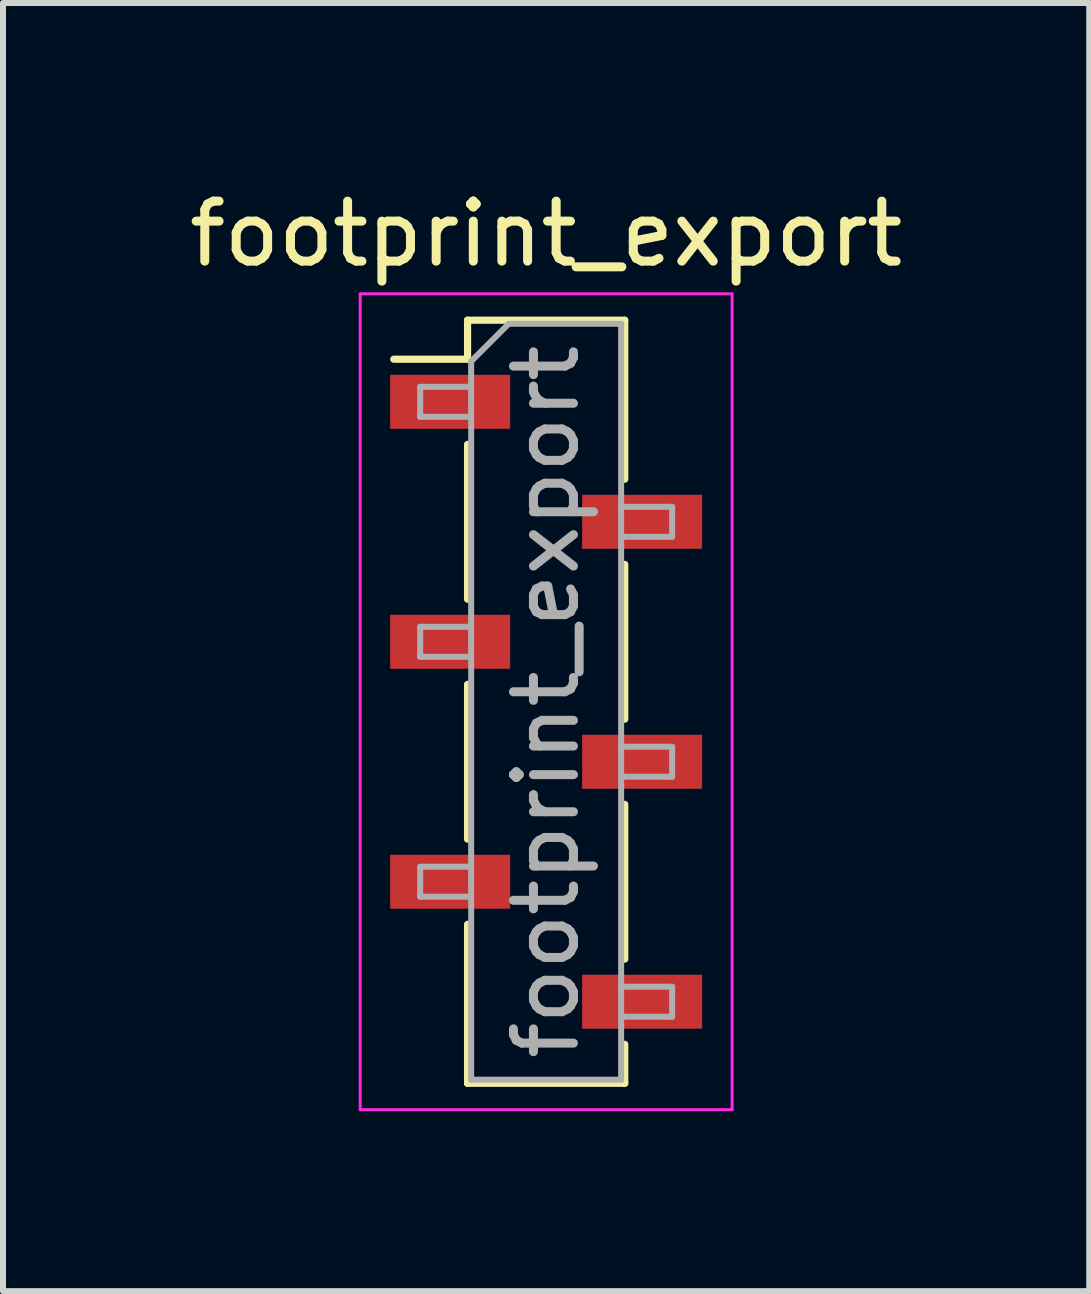
<source format=kicad_pcb>
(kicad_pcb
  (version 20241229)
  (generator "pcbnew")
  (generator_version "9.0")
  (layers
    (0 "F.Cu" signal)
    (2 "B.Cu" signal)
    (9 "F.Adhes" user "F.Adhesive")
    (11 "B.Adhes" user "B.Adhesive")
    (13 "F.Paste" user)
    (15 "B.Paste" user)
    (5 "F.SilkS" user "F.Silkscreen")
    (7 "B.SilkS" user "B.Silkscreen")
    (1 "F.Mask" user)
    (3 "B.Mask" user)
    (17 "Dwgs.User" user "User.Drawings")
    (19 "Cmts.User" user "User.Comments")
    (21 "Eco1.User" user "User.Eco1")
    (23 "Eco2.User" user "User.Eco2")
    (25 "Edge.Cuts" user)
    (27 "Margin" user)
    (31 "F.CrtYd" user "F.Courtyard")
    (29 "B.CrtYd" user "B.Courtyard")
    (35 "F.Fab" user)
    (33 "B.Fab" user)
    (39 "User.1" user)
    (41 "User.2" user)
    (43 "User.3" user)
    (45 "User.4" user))
  (footprint "footprint_export"
    (layer "F.Cu")
    (at 6.054 8.648)
    (property "Reference" "footprint_export" (at 0 -7.8 0) (layer "F.SilkS") (effects (font (size 1 1) (thickness 0.15))))
    (attr smd)
    (fp_line (start -2.54 -5.71) (end -1.31 -5.71) (stroke (width 0.12) (type solid)) (layer "F.SilkS"))
    (fp_line (start -1.31 -6.36) (end -1.31 -5.71) (stroke (width 0.12) (type solid)) (layer "F.SilkS"))
    (fp_line (start -1.31 -6.36) (end 1.31 -6.36) (stroke (width 0.12) (type solid)) (layer "F.SilkS"))
    (fp_line (start -1.31 -4.29) (end -1.31 -1.71) (stroke (width 0.12) (type solid)) (layer "F.SilkS"))
    (fp_line (start -1.31 -0.29) (end -1.31 2.29) (stroke (width 0.12) (type solid)) (layer "F.SilkS"))
    (fp_line (start -1.31 3.71) (end -1.31 6.36) (stroke (width 0.12) (type solid)) (layer "F.SilkS"))
    (fp_line (start -1.31 6.36) (end 1.31 6.36) (stroke (width 0.12) (type solid)) (layer "F.SilkS"))
    (fp_line (start 1.31 -6.36) (end 1.31 -3.71) (stroke (width 0.12) (type solid)) (layer "F.SilkS"))
    (fp_line (start 1.31 -2.29) (end 1.31 0.29) (stroke (width 0.12) (type solid)) (layer "F.SilkS"))
    (fp_line (start 1.31 1.71) (end 1.31 4.29) (stroke (width 0.12) (type solid)) (layer "F.SilkS"))
    (fp_line (start 1.31 5.71) (end 1.31 6.36) (stroke (width 0.12) (type solid)) (layer "F.SilkS"))
    (fp_line (start -3.1 -6.8) (end 3.1 -6.8) (stroke (width 0.05) (type solid)) (layer "F.CrtYd"))
    (fp_line (start -3.1 6.8) (end -3.1 -6.8) (stroke (width 0.05) (type solid)) (layer "F.CrtYd"))
    (fp_line (start 3.1 -6.8) (end 3.1 6.8) (stroke (width 0.05) (type solid)) (layer "F.CrtYd"))
    (fp_line (start 3.1 6.8) (end -3.1 6.8) (stroke (width 0.05) (type solid)) (layer "F.CrtYd"))
    (fp_line (start -2.1 -5.25) (end -1.25 -5.25) (stroke (width 0.1) (type solid)) (layer "F.Fab"))
    (fp_line (start -2.1 -4.75) (end -2.1 -5.25) (stroke (width 0.1) (type solid)) (layer "F.Fab"))
    (fp_line (start -2.1 -1.25) (end -1.25 -1.25) (stroke (width 0.1) (type solid)) (layer "F.Fab"))
    (fp_line (start -2.1 -0.75) (end -2.1 -1.25) (stroke (width 0.1) (type solid)) (layer "F.Fab"))
    (fp_line (start -2.1 2.75) (end -1.25 2.75) (stroke (width 0.1) (type solid)) (layer "F.Fab"))
    (fp_line (start -2.1 3.25) (end -2.1 2.75) (stroke (width 0.1) (type solid)) (layer "F.Fab"))
    (fp_line (start -1.25 -5.675) (end -0.625 -6.3) (stroke (width 0.1) (type solid)) (layer "F.Fab"))
    (fp_line (start -1.25 -4.75) (end -2.1 -4.75) (stroke (width 0.1) (type solid)) (layer "F.Fab"))
    (fp_line (start -1.25 -0.75) (end -2.1 -0.75) (stroke (width 0.1) (type solid)) (layer "F.Fab"))
    (fp_line (start -1.25 3.25) (end -2.1 3.25) (stroke (width 0.1) (type solid)) (layer "F.Fab"))
    (fp_line (start -1.25 6.3) (end -1.25 -5.675) (stroke (width 0.1) (type solid)) (layer "F.Fab"))
    (fp_line (start -0.625 -6.3) (end 1.25 -6.3) (stroke (width 0.1) (type solid)) (layer "F.Fab"))
    (fp_line (start 1.25 -6.3) (end 1.25 6.3) (stroke (width 0.1) (type solid)) (layer "F.Fab"))
    (fp_line (start 1.25 -3.25) (end 2.1 -3.25) (stroke (width 0.1) (type solid)) (layer "F.Fab"))
    (fp_line (start 1.25 0.75) (end 2.1 0.75) (stroke (width 0.1) (type solid)) (layer "F.Fab"))
    (fp_line (start 1.25 4.75) (end 2.1 4.75) (stroke (width 0.1) (type solid)) (layer "F.Fab"))
    (fp_line (start 1.25 6.3) (end -1.25 6.3) (stroke (width 0.1) (type solid)) (layer "F.Fab"))
    (fp_line (start 2.1 -3.25) (end 2.1 -2.75) (stroke (width 0.1) (type solid)) (layer "F.Fab"))
    (fp_line (start 2.1 -2.75) (end 1.25 -2.75) (stroke (width 0.1) (type solid)) (layer "F.Fab"))
    (fp_line (start 2.1 0.75) (end 2.1 1.25) (stroke (width 0.1) (type solid)) (layer "F.Fab"))
    (fp_line (start 2.1 1.25) (end 1.25 1.25) (stroke (width 0.1) (type solid)) (layer "F.Fab"))
    (fp_line (start 2.1 4.75) (end 2.1 5.25) (stroke (width 0.1) (type solid)) (layer "F.Fab"))
    (fp_line (start 2.1 5.25) (end 1.25 5.25) (stroke (width 0.1) (type solid)) (layer "F.Fab"))
    (fp_text user "${REFERENCE}" (at 0 0 90) (layer "F.Fab") (effects (font (size 1 1) (thickness 0.15))))
    (pad "1" smd rect (at -1.6 -5) (size 2 0.9) (layers "F.Cu" "F.Mask" "F.Paste"))
    (pad "2" smd rect (at 1.6 -3) (size 2 0.9) (layers "F.Cu" "F.Mask" "F.Paste"))
    (pad "3" smd rect (at -1.6 -1) (size 2 0.9) (layers "F.Cu" "F.Mask" "F.Paste"))
    (pad "4" smd rect (at 1.6 1) (size 2 0.9) (layers "F.Cu" "F.Mask" "F.Paste"))
    (pad "5" smd rect (at -1.6 3) (size 2 0.9) (layers "F.Cu" "F.Mask" "F.Paste"))
    (pad "6" smd rect (at 1.6 5) (size 2 0.9) (layers "F.Cu" "F.Mask" "F.Paste")))
  (gr_rect
    (start -3 -3)
    (end 15.107 18.473)
    (stroke (width 0.1) (type default))
    (fill no)
    (layer "Edge.Cuts")))
</source>
